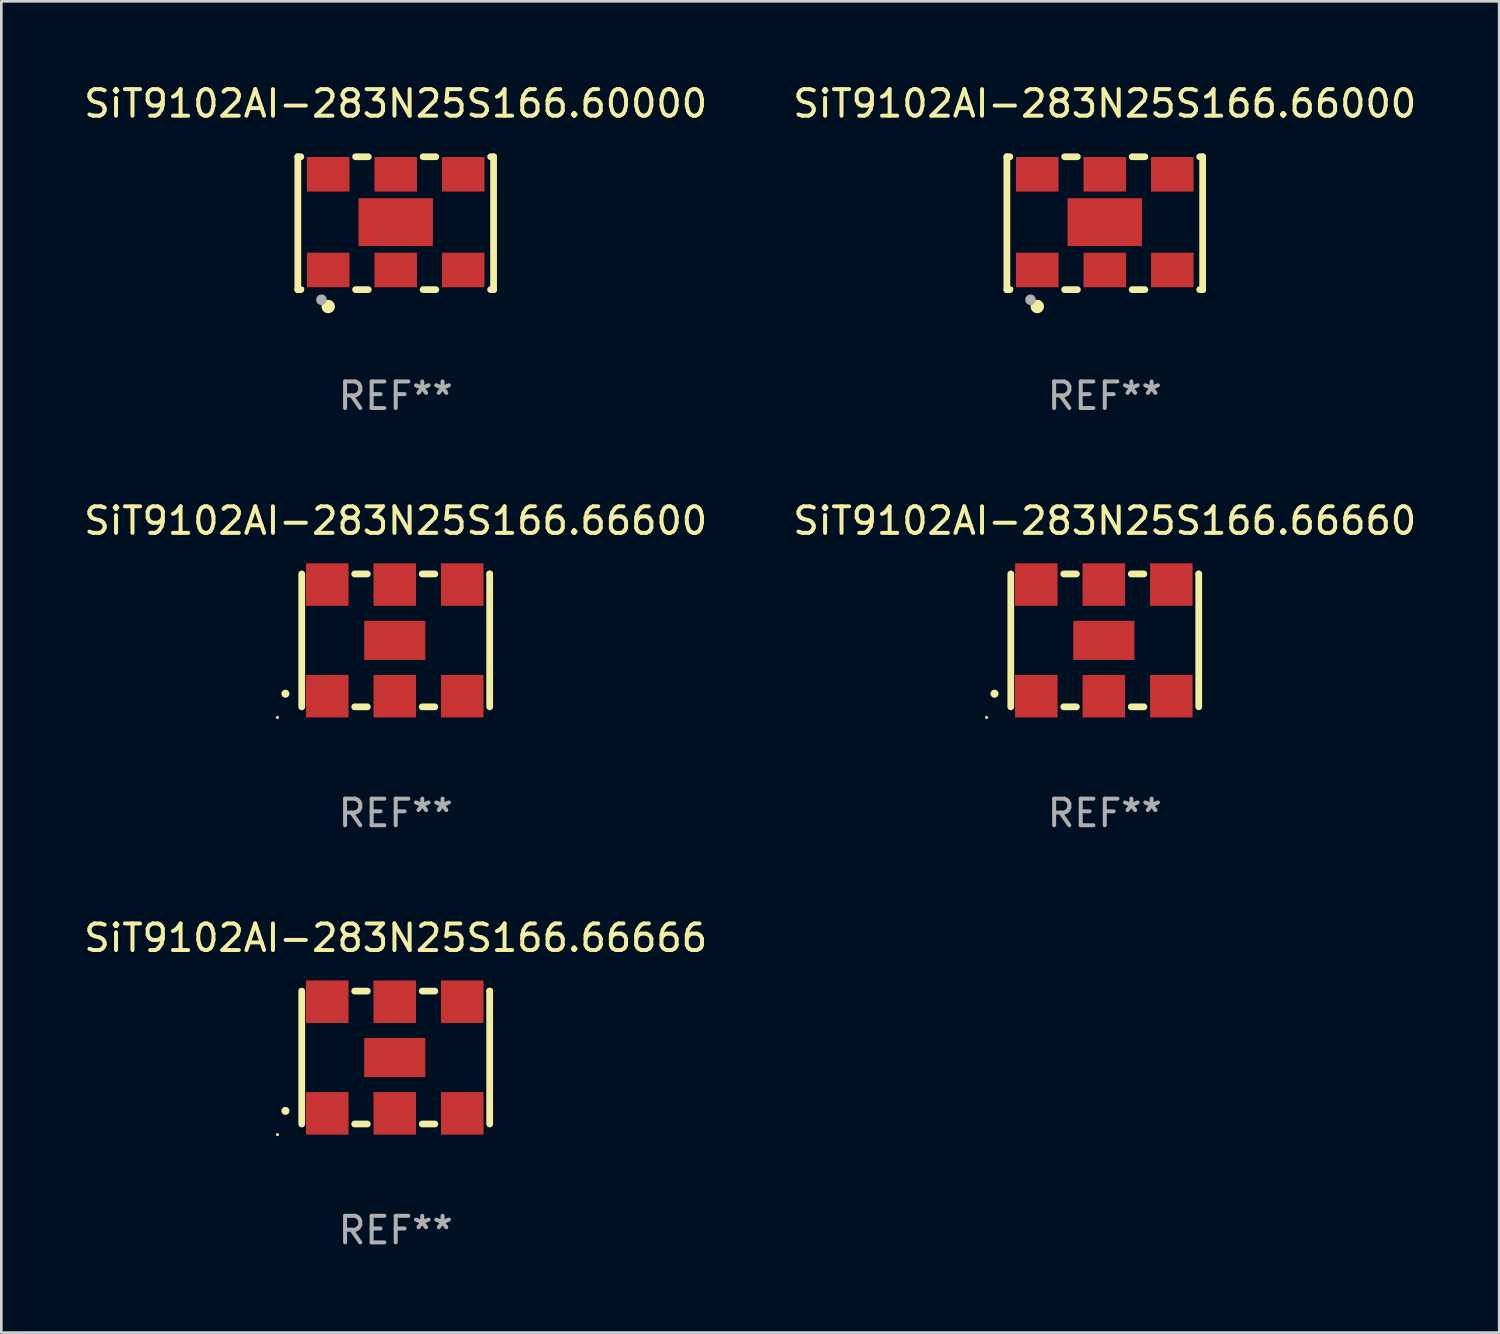
<source format=kicad_pcb>
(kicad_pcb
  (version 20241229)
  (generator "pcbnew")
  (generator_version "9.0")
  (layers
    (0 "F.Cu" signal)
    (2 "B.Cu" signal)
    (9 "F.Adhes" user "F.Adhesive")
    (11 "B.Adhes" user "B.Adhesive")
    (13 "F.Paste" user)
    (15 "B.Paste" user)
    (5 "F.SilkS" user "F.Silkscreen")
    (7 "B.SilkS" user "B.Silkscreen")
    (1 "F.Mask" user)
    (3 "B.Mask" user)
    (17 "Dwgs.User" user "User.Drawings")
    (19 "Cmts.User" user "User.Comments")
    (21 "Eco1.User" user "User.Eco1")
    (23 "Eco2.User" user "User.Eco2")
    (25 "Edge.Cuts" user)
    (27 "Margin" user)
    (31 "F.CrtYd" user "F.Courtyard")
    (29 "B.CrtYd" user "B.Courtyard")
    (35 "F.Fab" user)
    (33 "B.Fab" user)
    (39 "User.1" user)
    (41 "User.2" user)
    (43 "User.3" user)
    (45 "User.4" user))
  (footprint "SiT9102AI-283N25S166.66600"
    (layer "F.Cu")
    (at 11.839 21.045)
    (property "Reference" "SiT9102AI-283N25S166.66600" (at 0 -4.5 0) (layer "F.SilkS") (effects (font (size 1 1) (thickness 0.15))))
    (attr through_hole)
    (fp_line (start -3.536 -2.5) (end -3.536 2.5) (stroke (width 0.254) (type solid)) (layer "F.SilkS"))
    (fp_line (start -1.544 2.5) (end -1.067 2.5) (stroke (width 0.254) (type solid)) (layer "F.SilkS"))
    (fp_line (start -1.067 -2.5) (end -1.544 -2.5) (stroke (width 0.254) (type solid)) (layer "F.SilkS"))
    (fp_line (start 0.996 2.5) (end 1.473 2.5) (stroke (width 0.254) (type solid)) (layer "F.SilkS"))
    (fp_line (start 1.473 -2.5) (end 0.996 -2.5) (stroke (width 0.254) (type solid)) (layer "F.SilkS"))
    (fp_line (start 3.536 -2.5) (end 3.536 -2.5) (stroke (width 0.254) (type solid)) (layer "F.SilkS"))
    (fp_line (start 3.536 2.5) (end 3.536 -2.5) (stroke (width 0.254) (type solid)) (layer "F.SilkS"))
    (fp_arc (start -4.150432 2.006604) (mid -4.149162 2.006599) (end -4.147892 2.006604) (stroke (width 0.3) (type solid)) (layer "F.SilkS"))
    (fp_circle (center -4.449 2.9) (end -4.419 2.9) (stroke (width 0.06) (type solid)) (fill no) (layer "F.SilkS"))
    (fp_text user "REF**" (at 0 6.5 0) (layer "F.Fab") (effects (font (size 1 1) (thickness 0.15))))
    (pad "1" smd rect (at -2.576 2.1) (size 1.6 1.6) (layers "F.Cu" "F.Mask" "F.Paste"))
    (pad "2" smd rect (at -0.036 2.1) (size 1.6 1.6) (layers "F.Cu" "F.Mask" "F.Paste"))
    (pad "3" smd rect (at 2.504 2.1) (size 1.6 1.6) (layers "F.Cu" "F.Mask" "F.Paste"))
    (pad "4" smd rect (at 2.504 -2.1) (size 1.6 1.6) (layers "F.Cu" "F.Mask" "F.Paste"))
    (pad "5" smd rect (at -0.036 -2.1) (size 1.6 1.6) (layers "F.Cu" "F.Mask" "F.Paste"))
    (pad "6" smd rect (at -2.576 -2.1) (size 1.6 1.6) (layers "F.Cu" "F.Mask" "F.Paste"))
    (pad "7" smd rect (at -0.036 0) (size 2.3 1.47) (layers "F.Cu" "F.Mask" "F.Paste")))
  (footprint "SiT9102AI-283N25S166.66666"
    (layer "F.Cu")
    (at 11.839 36.741)
    (property "Reference" "SiT9102AI-283N25S166.66666" (at 0 -4.5 0) (layer "F.SilkS") (effects (font (size 1 1) (thickness 0.15))))
    (attr through_hole)
    (fp_line (start -3.536 -2.5) (end -3.536 2.5) (stroke (width 0.254) (type solid)) (layer "F.SilkS"))
    (fp_line (start -1.544 2.5) (end -1.067 2.5) (stroke (width 0.254) (type solid)) (layer "F.SilkS"))
    (fp_line (start -1.067 -2.5) (end -1.544 -2.5) (stroke (width 0.254) (type solid)) (layer "F.SilkS"))
    (fp_line (start 0.996 2.5) (end 1.473 2.5) (stroke (width 0.254) (type solid)) (layer "F.SilkS"))
    (fp_line (start 1.473 -2.5) (end 0.996 -2.5) (stroke (width 0.254) (type solid)) (layer "F.SilkS"))
    (fp_line (start 3.536 -2.5) (end 3.536 -2.5) (stroke (width 0.254) (type solid)) (layer "F.SilkS"))
    (fp_line (start 3.536 2.5) (end 3.536 -2.5) (stroke (width 0.254) (type solid)) (layer "F.SilkS"))
    (fp_arc (start -4.150432 2.006604) (mid -4.149162 2.006599) (end -4.147892 2.006604) (stroke (width 0.3) (type solid)) (layer "F.SilkS"))
    (fp_circle (center -4.449 2.9) (end -4.419 2.9) (stroke (width 0.06) (type solid)) (fill no) (layer "F.SilkS"))
    (fp_text user "REF**" (at 0 6.5 0) (layer "F.Fab") (effects (font (size 1 1) (thickness 0.15))))
    (pad "1" smd rect (at -2.576 2.1) (size 1.6 1.6) (layers "F.Cu" "F.Mask" "F.Paste"))
    (pad "2" smd rect (at -0.036 2.1) (size 1.6 1.6) (layers "F.Cu" "F.Mask" "F.Paste"))
    (pad "3" smd rect (at 2.504 2.1) (size 1.6 1.6) (layers "F.Cu" "F.Mask" "F.Paste"))
    (pad "4" smd rect (at 2.504 -2.1) (size 1.6 1.6) (layers "F.Cu" "F.Mask" "F.Paste"))
    (pad "5" smd rect (at -0.036 -2.1) (size 1.6 1.6) (layers "F.Cu" "F.Mask" "F.Paste"))
    (pad "6" smd rect (at -2.576 -2.1) (size 1.6 1.6) (layers "F.Cu" "F.Mask" "F.Paste"))
    (pad "7" smd rect (at -0.036 0) (size 2.3 1.47) (layers "F.Cu" "F.Mask" "F.Paste")))
  (footprint "SiT9102AI-283N25S166.66660"
    (layer "F.Cu")
    (at 38.518 21.045)
    (property "Reference" "SiT9102AI-283N25S166.66660" (at 0 -4.5 0) (layer "F.SilkS") (effects (font (size 1 1) (thickness 0.15))))
    (attr through_hole)
    (fp_line (start -3.536 -2.5) (end -3.536 2.5) (stroke (width 0.254) (type solid)) (layer "F.SilkS"))
    (fp_line (start -1.544 2.5) (end -1.067 2.5) (stroke (width 0.254) (type solid)) (layer "F.SilkS"))
    (fp_line (start -1.067 -2.5) (end -1.544 -2.5) (stroke (width 0.254) (type solid)) (layer "F.SilkS"))
    (fp_line (start 0.996 2.5) (end 1.473 2.5) (stroke (width 0.254) (type solid)) (layer "F.SilkS"))
    (fp_line (start 1.473 -2.5) (end 0.996 -2.5) (stroke (width 0.254) (type solid)) (layer "F.SilkS"))
    (fp_line (start 3.536 -2.5) (end 3.536 -2.5) (stroke (width 0.254) (type solid)) (layer "F.SilkS"))
    (fp_line (start 3.536 2.5) (end 3.536 -2.5) (stroke (width 0.254) (type solid)) (layer "F.SilkS"))
    (fp_arc (start -4.150432 2.006604) (mid -4.149162 2.006599) (end -4.147892 2.006604) (stroke (width 0.3) (type solid)) (layer "F.SilkS"))
    (fp_circle (center -4.449 2.9) (end -4.419 2.9) (stroke (width 0.06) (type solid)) (fill no) (layer "F.SilkS"))
    (fp_text user "REF**" (at 0 6.5 0) (layer "F.Fab") (effects (font (size 1 1) (thickness 0.15))))
    (pad "1" smd rect (at -2.576 2.1) (size 1.6 1.6) (layers "F.Cu" "F.Mask" "F.Paste"))
    (pad "2" smd rect (at -0.036 2.1) (size 1.6 1.6) (layers "F.Cu" "F.Mask" "F.Paste"))
    (pad "3" smd rect (at 2.504 2.1) (size 1.6 1.6) (layers "F.Cu" "F.Mask" "F.Paste"))
    (pad "4" smd rect (at 2.504 -2.1) (size 1.6 1.6) (layers "F.Cu" "F.Mask" "F.Paste"))
    (pad "5" smd rect (at -0.036 -2.1) (size 1.6 1.6) (layers "F.Cu" "F.Mask" "F.Paste"))
    (pad "6" smd rect (at -2.576 -2.1) (size 1.6 1.6) (layers "F.Cu" "F.Mask" "F.Paste"))
    (pad "7" smd rect (at -0.036 0) (size 2.3 1.47) (layers "F.Cu" "F.Mask" "F.Paste")))
  (footprint "SiT9102AI-283N25S166.66000"
    (layer "F.Cu")
    (at 38.518 5.348)
    (property "Reference" "SiT9102AI-283N25S166.66000" (at 0 -4.5 0) (layer "F.SilkS") (effects (font (size 1 1) (thickness 0.15))))
    (attr through_hole)
    (fp_line (start -3.683 -2.5) (end -3.571 -2.5) (stroke (width 0.254) (type solid)) (layer "F.SilkS"))
    (fp_line (start -3.683 2.5) (end -3.683 -2.5) (stroke (width 0.254) (type solid)) (layer "F.SilkS"))
    (fp_line (start -3.683 2.5) (end -3.571 2.5) (stroke (width 0.254) (type solid)) (layer "F.SilkS"))
    (fp_line (start -1.509 -2.5) (end -1.031 -2.5) (stroke (width 0.254) (type solid)) (layer "F.SilkS"))
    (fp_line (start -1.509 2.5) (end -1.031 2.5) (stroke (width 0.254) (type solid)) (layer "F.SilkS"))
    (fp_line (start 1.031 -2.5) (end 1.509 -2.5) (stroke (width 0.254) (type solid)) (layer "F.SilkS"))
    (fp_line (start 1.031 2.5) (end 1.509 2.5) (stroke (width 0.254) (type solid)) (layer "F.SilkS"))
    (fp_line (start 3.571 -2.5) (end 3.683 -2.5) (stroke (width 0.254) (type solid)) (layer "F.SilkS"))
    (fp_line (start 3.571 2.5) (end 3.683 2.5) (stroke (width 0.254) (type solid)) (layer "F.SilkS"))
    (fp_line (start 3.683 2.5) (end 3.683 -2.5) (stroke (width 0.254) (type solid)) (layer "F.SilkS"))
    (fp_circle (center -3.5 2.46) (end -3.47 2.46) (stroke (width 0.06) (type solid)) (fill no) (layer "F.SilkS"))
    (fp_circle (center -2.54 3.135) (end -2.413 3.135) (stroke (width 0.254) (type solid)) (fill no) (layer "F.SilkS"))
    (fp_circle (center -2.794 2.881) (end -2.694 2.881) (stroke (width 0.2) (type solid)) (fill no) (layer "F.Fab"))
    (fp_text user "REF**" (at 0 6.5 0) (layer "F.Fab") (effects (font (size 1 1) (thickness 0.15))))
    (pad "1" smd rect (at -2.54 1.76) (size 1.6 1.3) (layers "F.Cu" "F.Mask" "F.Paste"))
    (pad "2" smd rect (at 0 1.76) (size 1.6 1.3) (layers "F.Cu" "F.Mask" "F.Paste"))
    (pad "3" smd rect (at 2.54 1.76) (size 1.6 1.3) (layers "F.Cu" "F.Mask" "F.Paste"))
    (pad "4" smd rect (at 2.54 -1.84) (size 1.6 1.3) (layers "F.Cu" "F.Mask" "F.Paste"))
    (pad "5" smd rect (at 0 -1.84) (size 1.6 1.3) (layers "F.Cu" "F.Mask" "F.Paste"))
    (pad "6" smd rect (at -2.54 -1.84) (size 1.6 1.3) (layers "F.Cu" "F.Mask" "F.Paste"))
    (pad "7" smd rect (at 0 -0.04) (size 2.8 1.8) (layers "F.Cu" "F.Mask" "F.Paste")))
  (footprint "SiT9102AI-283N25S166.60000"
    (layer "F.Cu")
    (at 11.839 5.348)
    (property "Reference" "SiT9102AI-283N25S166.60000" (at 0 -4.5 0) (layer "F.SilkS") (effects (font (size 1 1) (thickness 0.15))))
    (attr through_hole)
    (fp_line (start -3.683 -2.5) (end -3.571 -2.5) (stroke (width 0.254) (type solid)) (layer "F.SilkS"))
    (fp_line (start -3.683 2.5) (end -3.683 -2.5) (stroke (width 0.254) (type solid)) (layer "F.SilkS"))
    (fp_line (start -3.683 2.5) (end -3.571 2.5) (stroke (width 0.254) (type solid)) (layer "F.SilkS"))
    (fp_line (start -1.509 -2.5) (end -1.031 -2.5) (stroke (width 0.254) (type solid)) (layer "F.SilkS"))
    (fp_line (start -1.509 2.5) (end -1.031 2.5) (stroke (width 0.254) (type solid)) (layer "F.SilkS"))
    (fp_line (start 1.031 -2.5) (end 1.509 -2.5) (stroke (width 0.254) (type solid)) (layer "F.SilkS"))
    (fp_line (start 1.031 2.5) (end 1.509 2.5) (stroke (width 0.254) (type solid)) (layer "F.SilkS"))
    (fp_line (start 3.571 -2.5) (end 3.683 -2.5) (stroke (width 0.254) (type solid)) (layer "F.SilkS"))
    (fp_line (start 3.571 2.5) (end 3.683 2.5) (stroke (width 0.254) (type solid)) (layer "F.SilkS"))
    (fp_line (start 3.683 2.5) (end 3.683 -2.5) (stroke (width 0.254) (type solid)) (layer "F.SilkS"))
    (fp_circle (center -3.5 2.46) (end -3.47 2.46) (stroke (width 0.06) (type solid)) (fill no) (layer "F.SilkS"))
    (fp_circle (center -2.54 3.135) (end -2.413 3.135) (stroke (width 0.254) (type solid)) (fill no) (layer "F.SilkS"))
    (fp_circle (center -2.794 2.881) (end -2.694 2.881) (stroke (width 0.2) (type solid)) (fill no) (layer "F.Fab"))
    (fp_text user "REF**" (at 0 6.5 0) (layer "F.Fab") (effects (font (size 1 1) (thickness 0.15))))
    (pad "1" smd rect (at -2.54 1.76) (size 1.6 1.3) (layers "F.Cu" "F.Mask" "F.Paste"))
    (pad "2" smd rect (at 0 1.76) (size 1.6 1.3) (layers "F.Cu" "F.Mask" "F.Paste"))
    (pad "3" smd rect (at 2.54 1.76) (size 1.6 1.3) (layers "F.Cu" "F.Mask" "F.Paste"))
    (pad "4" smd rect (at 2.54 -1.84) (size 1.6 1.3) (layers "F.Cu" "F.Mask" "F.Paste"))
    (pad "5" smd rect (at 0 -1.84) (size 1.6 1.3) (layers "F.Cu" "F.Mask" "F.Paste"))
    (pad "6" smd rect (at -2.54 -1.84) (size 1.6 1.3) (layers "F.Cu" "F.Mask" "F.Paste"))
    (pad "7" smd rect (at 0 -0.04) (size 2.8 1.8) (layers "F.Cu" "F.Mask" "F.Paste")))
  (gr_rect
    (start -3 -3)
    (end 53.357 47.09)
    (stroke (width 0.1) (type default))
    (fill no)
    (layer "Edge.Cuts")))
</source>
